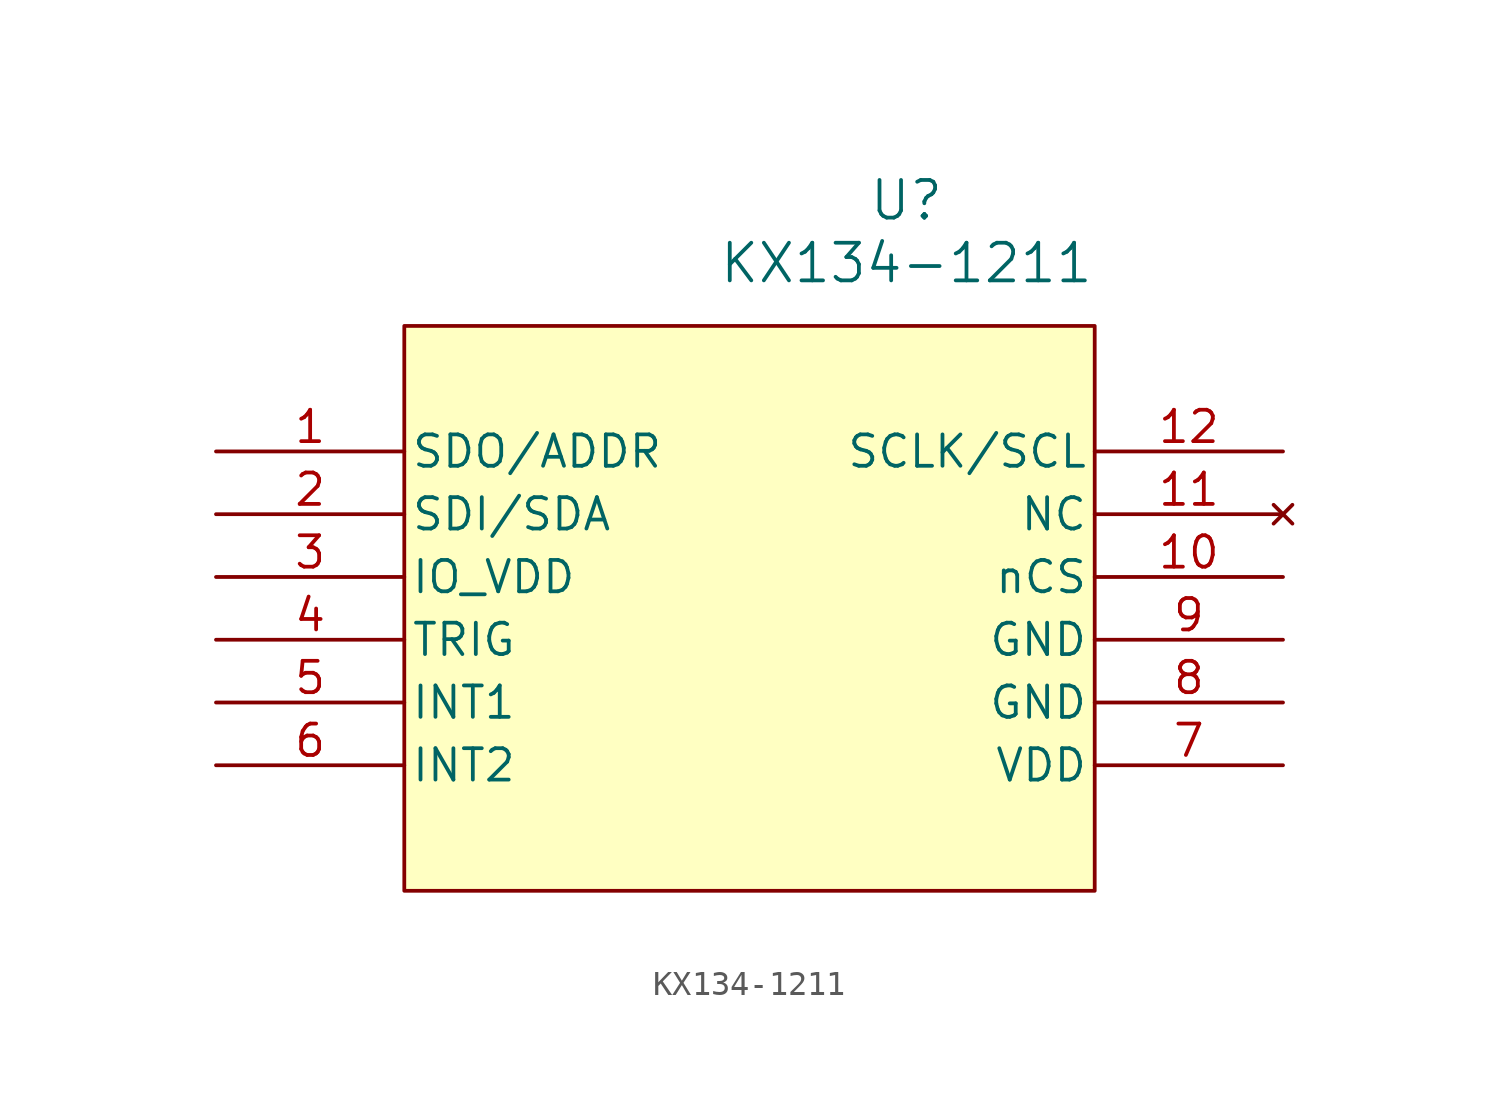
<source format=kicad_sym>
(kicad_symbol_lib
  (version 20220914)
  (generator kicad_symbol_editor)
  (symbol "KX134-1211"
    (pin_names
      (offset 0.254))
    (property "Reference" "U"
      (at 27.94 10.16 0)
      (effects (font (size 1.524 1.524))))
    (property "Value" "KX134-1211"
      (at 27.94 7.62 0)
      (effects (font (size 1.524 1.524))))
    (property "ki_locked" ""
      (at 0 0 0)
      (effects (font (size 1.27 1.27))))
    (symbol "KX134-1211_0_1"
      (pin bidirectional line (at 0 0 0) (length 7.62) (name "SDO/ADDR" (effects (font (size 1.27 1.27)))) (number "1" (effects (font (size 1.27 1.27)))))
      (pin input line (at 43.18 -5.08 180) (length 7.62) (name "nCS" (effects (font (size 1.27 1.27)))) (number "10" (effects (font (size 1.27 1.27)))))
      (pin no_connect line (at 43.18 -2.54 180) (length 7.62) (name "NC" (effects (font (size 1.27 1.27)))) (number "11" (effects (font (size 1.27 1.27)))))
      (pin input line (at 43.18 0 180) (length 7.62) (name "SCLK/SCL" (effects (font (size 1.27 1.27)))) (number "12" (effects (font (size 1.27 1.27)))))
      (pin bidirectional line (at 0 -2.54 0) (length 7.62) (name "SDI/SDA" (effects (font (size 1.27 1.27)))) (number "2" (effects (font (size 1.27 1.27)))))
      (pin power_in line (at 0 -5.08 0) (length 7.62) (name "IO_VDD" (effects (font (size 1.27 1.27)))) (number "3" (effects (font (size 1.27 1.27)))))
      (pin input line (at 0 -7.62 0) (length 7.62) (name "TRIG" (effects (font (size 1.27 1.27)))) (number "4" (effects (font (size 1.27 1.27)))))
      (pin output line (at 0 -10.16 0) (length 7.62) (name "INT1" (effects (font (size 1.27 1.27)))) (number "5" (effects (font (size 1.27 1.27)))))
      (pin output line (at 0 -12.7 0) (length 7.62) (name "INT2" (effects (font (size 1.27 1.27)))) (number "6" (effects (font (size 1.27 1.27)))))
      (pin power_in line (at 43.18 -12.7 180) (length 7.62) (name "VDD" (effects (font (size 1.27 1.27)))) (number "7" (effects (font (size 1.27 1.27)))))
      (pin power_out line (at 43.18 -10.16 180) (length 7.62) (name "GND" (effects (font (size 1.27 1.27)))) (number "8" (effects (font (size 1.27 1.27)))))
      (pin power_out line (at 43.18 -7.62 180) (length 7.62) (name "GND" (effects (font (size 1.27 1.27)))) (number "9" (effects (font (size 1.27 1.27))))))
    (symbol "KX134-1211_1_1"
      (rectangle (start 7.62 5.08) (end 35.56 -17.78) (stroke (width 0) (type default)) (fill (type background))))))
</source>
